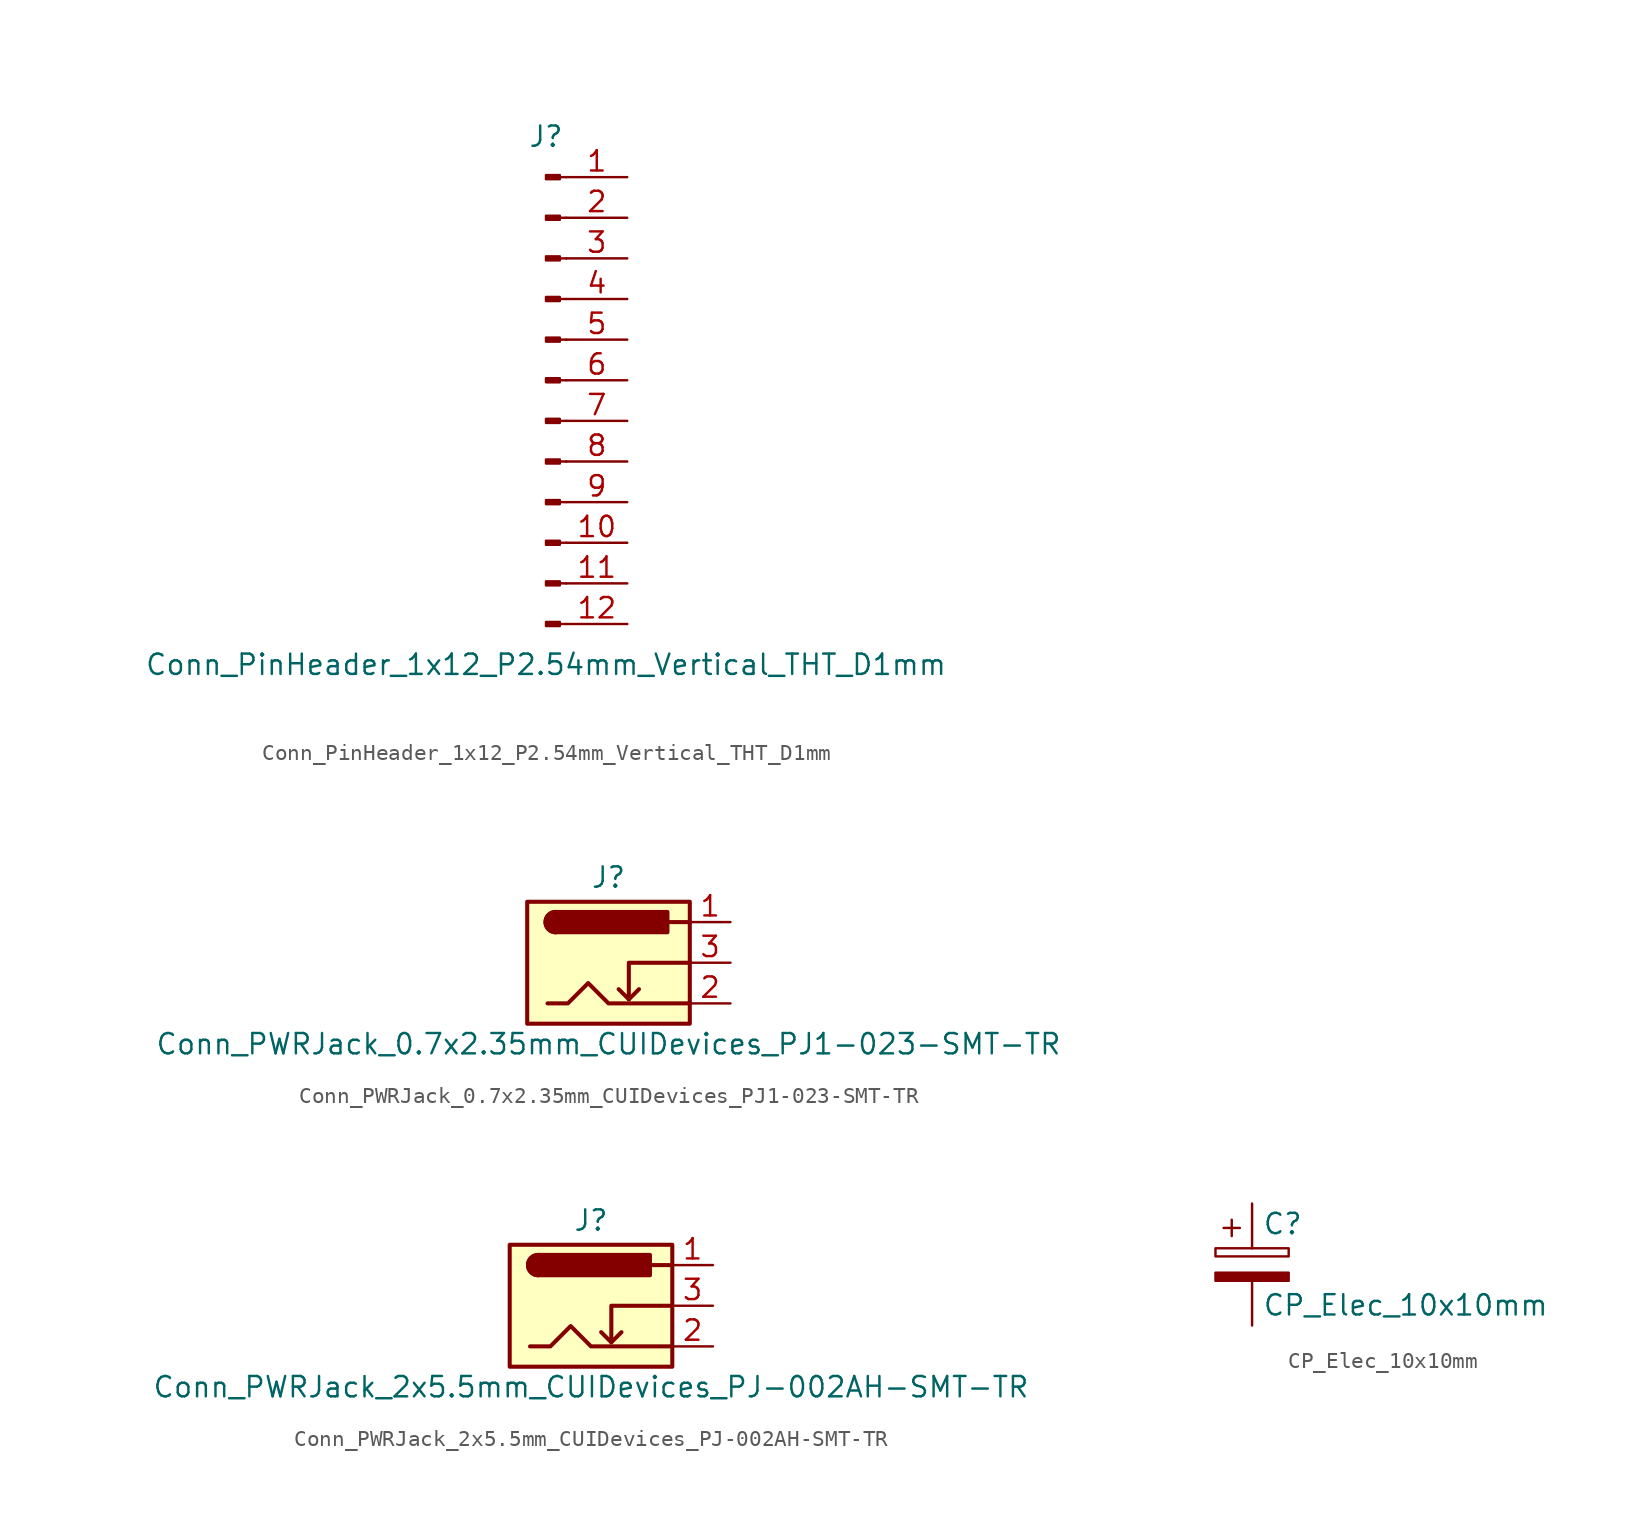
<source format=kicad_sym>
(kicad_symbol_lib
  (version 20211014)
  (generator kicad_symbol_editor)
  (symbol "Conn_PinHeader_1x12_P2.54mm_Vertical_THT_D1mm"
    (pin_names
      (offset 1.016) hide)
    (property "Reference" "J"
      (at 0 15.24 0)
      (effects (font (size 1.27 1.27))))
    (property "Value" "Conn_PinHeader_1x12_P2.54mm_Vertical_THT_D1mm"
      (at 0 -17.78 0)
      (effects (font (size 1.27 1.27))))
    (symbol "Conn_PinHeader_1x12_P2.54mm_Vertical_THT_D1mm_1_1"
      (polyline (pts (xy 1.27 -15.24) (xy 0.864 -15.24)) (stroke (width 0.152) (type default) (color 0 0 0 0)) (fill (type none)))
      (polyline (pts (xy 1.27 -12.7) (xy 0.864 -12.7)) (stroke (width 0.152) (type default) (color 0 0 0 0)) (fill (type none)))
      (polyline (pts (xy 1.27 -10.16) (xy 0.864 -10.16)) (stroke (width 0.152) (type default) (color 0 0 0 0)) (fill (type none)))
      (polyline (pts (xy 1.27 -7.62) (xy 0.864 -7.62)) (stroke (width 0.152) (type default) (color 0 0 0 0)) (fill (type none)))
      (polyline (pts (xy 1.27 -5.08) (xy 0.864 -5.08)) (stroke (width 0.152) (type default) (color 0 0 0 0)) (fill (type none)))
      (polyline (pts (xy 1.27 -2.54) (xy 0.864 -2.54)) (stroke (width 0.152) (type default) (color 0 0 0 0)) (fill (type none)))
      (polyline (pts (xy 1.27 0) (xy 0.864 0)) (stroke (width 0.152) (type default) (color 0 0 0 0)) (fill (type none)))
      (polyline (pts (xy 1.27 2.54) (xy 0.864 2.54)) (stroke (width 0.152) (type default) (color 0 0 0 0)) (fill (type none)))
      (polyline (pts (xy 1.27 5.08) (xy 0.864 5.08)) (stroke (width 0.152) (type default) (color 0 0 0 0)) (fill (type none)))
      (polyline (pts (xy 1.27 7.62) (xy 0.864 7.62)) (stroke (width 0.152) (type default) (color 0 0 0 0)) (fill (type none)))
      (polyline (pts (xy 1.27 10.16) (xy 0.864 10.16)) (stroke (width 0.152) (type default) (color 0 0 0 0)) (fill (type none)))
      (polyline (pts (xy 1.27 12.7) (xy 0.864 12.7)) (stroke (width 0.152) (type default) (color 0 0 0 0)) (fill (type none)))
      (rectangle (start 0.864 -15.113) (end 0 -15.367) (stroke (width 0.152) (type default) (color 0 0 0 0)) (fill (type outline)))
      (rectangle (start 0.864 -12.573) (end 0 -12.827) (stroke (width 0.152) (type default) (color 0 0 0 0)) (fill (type outline)))
      (rectangle (start 0.864 -10.033) (end 0 -10.287) (stroke (width 0.152) (type default) (color 0 0 0 0)) (fill (type outline)))
      (rectangle (start 0.864 -7.493) (end 0 -7.747) (stroke (width 0.152) (type default) (color 0 0 0 0)) (fill (type outline)))
      (rectangle (start 0.864 -4.953) (end 0 -5.207) (stroke (width 0.152) (type default) (color 0 0 0 0)) (fill (type outline)))
      (rectangle (start 0.864 -2.413) (end 0 -2.667) (stroke (width 0.152) (type default) (color 0 0 0 0)) (fill (type outline)))
      (rectangle (start 0.864 0.127) (end 0 -0.127) (stroke (width 0.152) (type default) (color 0 0 0 0)) (fill (type outline)))
      (rectangle (start 0.864 2.667) (end 0 2.413) (stroke (width 0.152) (type default) (color 0 0 0 0)) (fill (type outline)))
      (rectangle (start 0.864 5.207) (end 0 4.953) (stroke (width 0.152) (type default) (color 0 0 0 0)) (fill (type outline)))
      (rectangle (start 0.864 7.747) (end 0 7.493) (stroke (width 0.152) (type default) (color 0 0 0 0)) (fill (type outline)))
      (rectangle (start 0.864 10.287) (end 0 10.033) (stroke (width 0.152) (type default) (color 0 0 0 0)) (fill (type outline)))
      (rectangle (start 0.864 12.827) (end 0 12.573) (stroke (width 0.152) (type default) (color 0 0 0 0)) (fill (type outline)))
      (pin passive line (at 5.08 12.7 180) (length 3.81) (name "Pin_1" (effects (font (size 1.27 1.27)))) (number "1" (effects (font (size 1.27 1.27)))))
      (pin passive line (at 5.08 -10.16 180) (length 3.81) (name "Pin_10" (effects (font (size 1.27 1.27)))) (number "10" (effects (font (size 1.27 1.27)))))
      (pin passive line (at 5.08 -12.7 180) (length 3.81) (name "Pin_11" (effects (font (size 1.27 1.27)))) (number "11" (effects (font (size 1.27 1.27)))))
      (pin passive line (at 5.08 -15.24 180) (length 3.81) (name "Pin_12" (effects (font (size 1.27 1.27)))) (number "12" (effects (font (size 1.27 1.27)))))
      (pin passive line (at 5.08 10.16 180) (length 3.81) (name "Pin_2" (effects (font (size 1.27 1.27)))) (number "2" (effects (font (size 1.27 1.27)))))
      (pin passive line (at 5.08 7.62 180) (length 3.81) (name "Pin_3" (effects (font (size 1.27 1.27)))) (number "3" (effects (font (size 1.27 1.27)))))
      (pin passive line (at 5.08 5.08 180) (length 3.81) (name "Pin_4" (effects (font (size 1.27 1.27)))) (number "4" (effects (font (size 1.27 1.27)))))
      (pin passive line (at 5.08 2.54 180) (length 3.81) (name "Pin_5" (effects (font (size 1.27 1.27)))) (number "5" (effects (font (size 1.27 1.27)))))
      (pin passive line (at 5.08 0 180) (length 3.81) (name "Pin_6" (effects (font (size 1.27 1.27)))) (number "6" (effects (font (size 1.27 1.27)))))
      (pin passive line (at 5.08 -2.54 180) (length 3.81) (name "Pin_7" (effects (font (size 1.27 1.27)))) (number "7" (effects (font (size 1.27 1.27)))))
      (pin passive line (at 5.08 -5.08 180) (length 3.81) (name "Pin_8" (effects (font (size 1.27 1.27)))) (number "8" (effects (font (size 1.27 1.27)))))
      (pin passive line (at 5.08 -7.62 180) (length 3.81) (name "Pin_9" (effects (font (size 1.27 1.27)))) (number "9" (effects (font (size 1.27 1.27)))))))
  (symbol "Conn_PWRJack_0.7x2.35mm_CUIDevices_PJ1-023-SMT-TR"
    (pin_names hide)
    (property "Reference" "J"
      (at 0 5.334 0)
      (effects (font (size 1.27 1.27))))
    (property "Value" "Conn_PWRJack_0.7x2.35mm_CUIDevices_PJ1-023-SMT-TR"
      (at 0 -5.08 0)
      (effects (font (size 1.27 1.27))))
    (symbol "Conn_PWRJack_0.7x2.35mm_CUIDevices_PJ1-023-SMT-TR_0_1"
      (rectangle (start -5.08 3.81) (end 5.08 -3.81) (stroke (width 0.254) (type default) (color 0 0 0 0)) (fill (type background)))
      (arc (start -3.302 3.175) (mid -3.937 2.54) (end -3.302 1.905) (stroke (width 0.254) (type default) (color 0 0 0 0)) (fill (type none)))
      (arc (start -3.302 3.175) (mid -3.937 2.54) (end -3.302 1.905) (stroke (width 0.254) (type default) (color 0 0 0 0)) (fill (type outline)))
      (polyline (pts (xy 1.27 -2.286) (xy 1.905 -1.651)) (stroke (width 0.254) (type default) (color 0 0 0 0)) (fill (type none)))
      (polyline (pts (xy 5.08 2.54) (xy 3.81 2.54)) (stroke (width 0.254) (type default) (color 0 0 0 0)) (fill (type none)))
      (polyline (pts (xy 5.08 0) (xy 1.27 0) (xy 1.27 -2.286) (xy 0.635 -1.651)) (stroke (width 0.254) (type default) (color 0 0 0 0)) (fill (type none)))
      (polyline (pts (xy -3.81 -2.54) (xy -2.54 -2.54) (xy -1.27 -1.27) (xy 0 -2.54) (xy 2.54 -2.54) (xy 5.08 -2.54)) (stroke (width 0.254) (type default) (color 0 0 0 0)) (fill (type none)))
      (rectangle (start 3.683 3.175) (end -3.302 1.905) (stroke (width 0.254) (type default) (color 0 0 0 0)) (fill (type outline))))
    (symbol "Conn_PWRJack_0.7x2.35mm_CUIDevices_PJ1-023-SMT-TR_1_1"
      (pin passive line (at 7.62 2.54 180) (length 2.54) (name "~" (effects (font (size 1.27 1.27)))) (number "1" (effects (font (size 1.27 1.27)))))
      (pin passive line (at 7.62 -2.54 180) (length 2.54) (name "~" (effects (font (size 1.27 1.27)))) (number "2" (effects (font (size 1.27 1.27)))))
      (pin passive line (at 7.62 0 180) (length 2.54) (name "~" (effects (font (size 1.27 1.27)))) (number "3" (effects (font (size 1.27 1.27)))))))
  (symbol "Conn_PWRJack_2x5.5mm_CUIDevices_PJ-002AH-SMT-TR"
    (pin_names hide)
    (property "Reference" "J"
      (at 0 5.334 0)
      (effects (font (size 1.27 1.27))))
    (property "Value" "Conn_PWRJack_2x5.5mm_CUIDevices_PJ-002AH-SMT-TR"
      (at 0 -5.08 0)
      (effects (font (size 1.27 1.27))))
    (symbol "Conn_PWRJack_2x5.5mm_CUIDevices_PJ-002AH-SMT-TR_0_1"
      (rectangle (start -5.08 3.81) (end 5.08 -3.81) (stroke (width 0.254) (type default) (color 0 0 0 0)) (fill (type background)))
      (arc (start -3.302 3.175) (mid -3.937 2.54) (end -3.302 1.905) (stroke (width 0.254) (type default) (color 0 0 0 0)) (fill (type none)))
      (arc (start -3.302 3.175) (mid -3.937 2.54) (end -3.302 1.905) (stroke (width 0.254) (type default) (color 0 0 0 0)) (fill (type outline)))
      (polyline (pts (xy 1.27 -2.286) (xy 1.905 -1.651)) (stroke (width 0.254) (type default) (color 0 0 0 0)) (fill (type none)))
      (polyline (pts (xy 5.08 2.54) (xy 3.81 2.54)) (stroke (width 0.254) (type default) (color 0 0 0 0)) (fill (type none)))
      (polyline (pts (xy 5.08 0) (xy 1.27 0) (xy 1.27 -2.286) (xy 0.635 -1.651)) (stroke (width 0.254) (type default) (color 0 0 0 0)) (fill (type none)))
      (polyline (pts (xy -3.81 -2.54) (xy -2.54 -2.54) (xy -1.27 -1.27) (xy 0 -2.54) (xy 2.54 -2.54) (xy 5.08 -2.54)) (stroke (width 0.254) (type default) (color 0 0 0 0)) (fill (type none)))
      (rectangle (start 3.683 3.175) (end -3.302 1.905) (stroke (width 0.254) (type default) (color 0 0 0 0)) (fill (type outline))))
    (symbol "Conn_PWRJack_2x5.5mm_CUIDevices_PJ-002AH-SMT-TR_1_1"
      (pin passive line (at 7.62 2.54 180) (length 2.54) (name "~" (effects (font (size 1.27 1.27)))) (number "1" (effects (font (size 1.27 1.27)))))
      (pin passive line (at 7.62 -2.54 180) (length 2.54) (name "~" (effects (font (size 1.27 1.27)))) (number "2" (effects (font (size 1.27 1.27)))))
      (pin passive line (at 7.62 0 180) (length 2.54) (name "~" (effects (font (size 1.27 1.27)))) (number "3" (effects (font (size 1.27 1.27)))))))
  (symbol "CP_Elec_10x10mm"
    (pin_numbers hide)
    (pin_names
      (offset 0.254))
    (property "Reference" "C"
      (at 0.635 2.54 0)
      (effects (font (size 1.27 1.27)) (justify left)))
    (property "Value" "CP_Elec_10x10mm"
      (at 0.635 -2.54 0)
      (effects (font (size 1.27 1.27)) (justify left)))
    (symbol "CP_Elec_10x10mm_0_1"
      (rectangle (start -2.286 0.508) (end 2.286 1.016) (stroke (width 0) (type default) (color 0 0 0 0)) (fill (type none)))
      (polyline (pts (xy -1.778 2.286) (xy -0.762 2.286)) (stroke (width 0) (type default) (color 0 0 0 0)) (fill (type none)))
      (polyline (pts (xy -1.27 2.794) (xy -1.27 1.778)) (stroke (width 0) (type default) (color 0 0 0 0)) (fill (type none)))
      (rectangle (start 2.286 -0.508) (end -2.286 -1.016) (stroke (width 0) (type default) (color 0 0 0 0)) (fill (type outline))))
    (symbol "CP_Elec_10x10mm_1_1"
      (pin passive line (at 0 3.81 270) (length 2.794) (name "~" (effects (font (size 1.27 1.27)))) (number "1" (effects (font (size 1.27 1.27)))))
      (pin passive line (at 0 -3.81 90) (length 2.794) (name "~" (effects (font (size 1.27 1.27)))) (number "2" (effects (font (size 1.27 1.27))))))))
</source>
